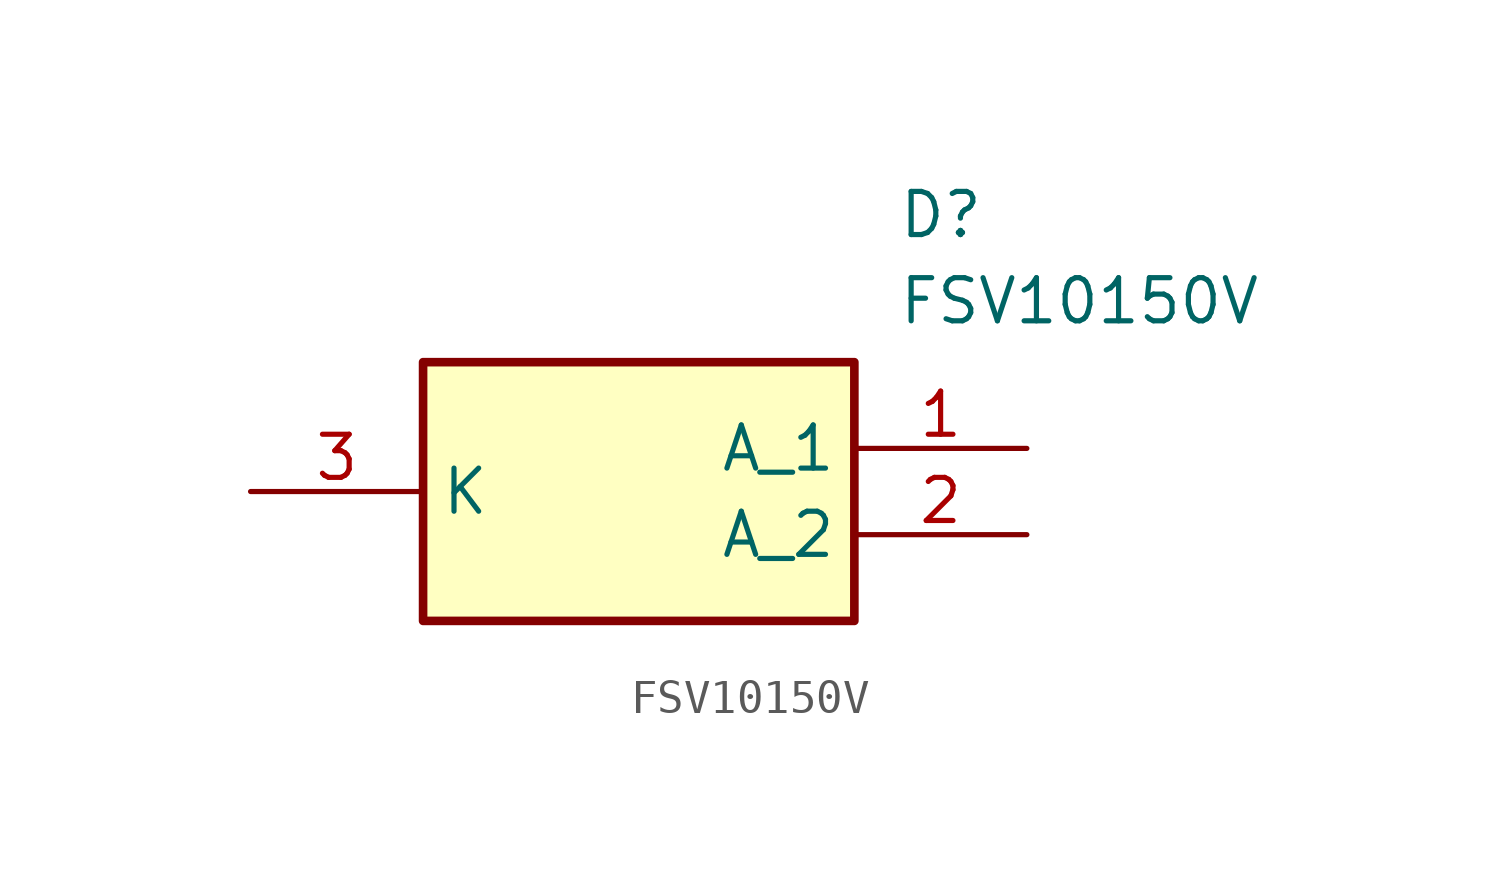
<source format=kicad_sym>
(kicad_symbol_lib
  (version 20220914)
  (generator kicad_symbol_editor)
  (symbol "FSV10150V"
    (property "Reference" "D"
      (at 19.05 7.62 0)
      (effects (font (size 1.27 1.27)) (justify left top)))
    (property "Value" "FSV10150V"
      (at 19.05 5.08 0)
      (effects (font (size 1.27 1.27)) (justify left top)))
    (symbol "FSV10150V_1_1"
      (rectangle (start 5.08 2.54) (end 17.78 -5.08) (stroke (width 0.254) (type default)) (fill (type background)))
      (pin passive line (at 22.86 0 180) (length 5.08) (name "A_1" (effects (font (size 1.27 1.27)))) (number "1" (effects (font (size 1.27 1.27)))))
      (pin passive line (at 22.86 -2.54 180) (length 5.08) (name "A_2" (effects (font (size 1.27 1.27)))) (number "2" (effects (font (size 1.27 1.27)))))
      (pin passive line (at 0 -1.27 0) (length 5.08) (name "K" (effects (font (size 1.27 1.27)))) (number "3" (effects (font (size 1.27 1.27))))))))
</source>
